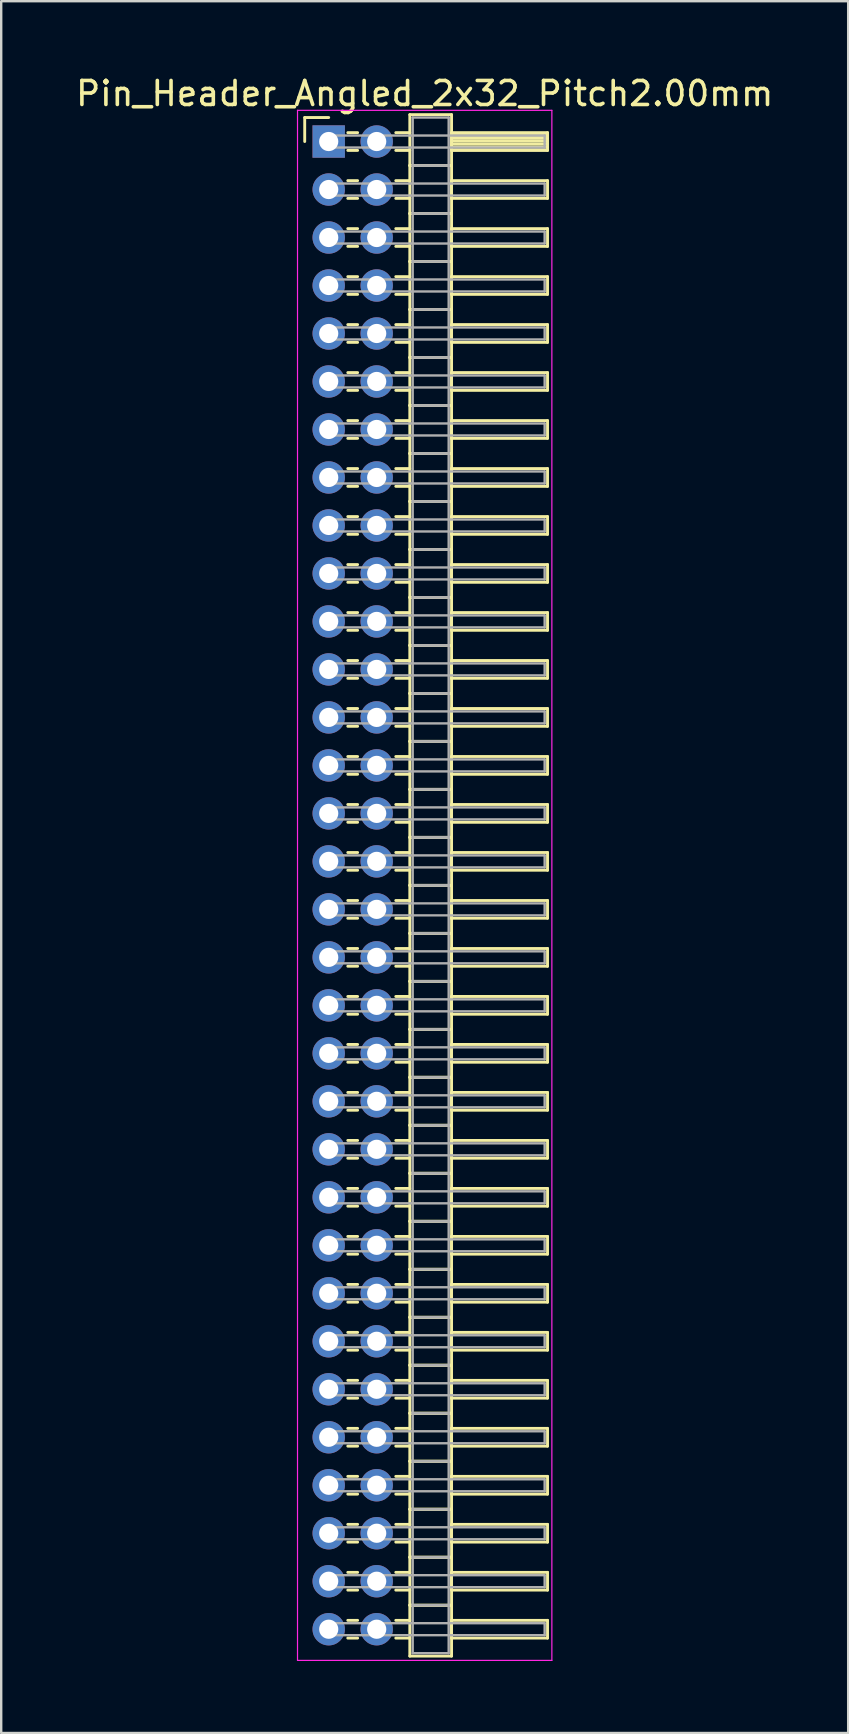
<source format=kicad_pcb>
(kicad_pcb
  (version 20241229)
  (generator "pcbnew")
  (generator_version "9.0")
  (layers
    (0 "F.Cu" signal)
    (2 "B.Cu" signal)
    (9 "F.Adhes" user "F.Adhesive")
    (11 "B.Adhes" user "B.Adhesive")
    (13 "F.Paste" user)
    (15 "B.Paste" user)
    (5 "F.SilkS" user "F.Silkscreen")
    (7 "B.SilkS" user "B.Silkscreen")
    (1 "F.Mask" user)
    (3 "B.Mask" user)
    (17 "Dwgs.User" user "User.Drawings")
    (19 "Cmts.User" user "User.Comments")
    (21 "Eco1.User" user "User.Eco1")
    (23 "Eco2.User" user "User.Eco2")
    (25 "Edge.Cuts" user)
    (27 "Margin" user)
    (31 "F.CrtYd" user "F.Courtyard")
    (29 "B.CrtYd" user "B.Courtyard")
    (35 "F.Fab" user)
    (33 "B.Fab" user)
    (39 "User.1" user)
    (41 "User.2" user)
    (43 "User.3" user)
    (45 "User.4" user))
  (footprint "Pin_Header_Angled_2x32_Pitch2.00mm"
    (layer "F.Cu")
    (at 10.649 2.848)
    (property "Reference" "Pin_Header_Angled_2x32_Pitch2.00mm" (at 4 -2 0) (layer "F.SilkS") (effects (font (size 1 1) (thickness 0.15))))
    (attr through_hole)
    (fp_line (start -1 -1) (end 0 -1) (stroke (width 0.12) (type solid)) (layer "F.SilkS"))
    (fp_line (start -1 0) (end -1 -1) (stroke (width 0.12) (type solid)) (layer "F.SilkS"))
    (fp_line (start 0.795 -0.37) (end 1.205 -0.37) (stroke (width 0.12) (type solid)) (layer "F.SilkS"))
    (fp_line (start 0.795 0.37) (end 1.205 0.37) (stroke (width 0.12) (type solid)) (layer "F.SilkS"))
    (fp_line (start 0.795 1.63) (end 1.205 1.63) (stroke (width 0.12) (type solid)) (layer "F.SilkS"))
    (fp_line (start 0.795 2.37) (end 1.205 2.37) (stroke (width 0.12) (type solid)) (layer "F.SilkS"))
    (fp_line (start 0.795 3.63) (end 1.205 3.63) (stroke (width 0.12) (type solid)) (layer "F.SilkS"))
    (fp_line (start 0.795 4.37) (end 1.205 4.37) (stroke (width 0.12) (type solid)) (layer "F.SilkS"))
    (fp_line (start 0.795 5.63) (end 1.205 5.63) (stroke (width 0.12) (type solid)) (layer "F.SilkS"))
    (fp_line (start 0.795 6.37) (end 1.205 6.37) (stroke (width 0.12) (type solid)) (layer "F.SilkS"))
    (fp_line (start 0.795 7.63) (end 1.205 7.63) (stroke (width 0.12) (type solid)) (layer "F.SilkS"))
    (fp_line (start 0.795 8.37) (end 1.205 8.37) (stroke (width 0.12) (type solid)) (layer "F.SilkS"))
    (fp_line (start 0.795 9.63) (end 1.205 9.63) (stroke (width 0.12) (type solid)) (layer "F.SilkS"))
    (fp_line (start 0.795 10.37) (end 1.205 10.37) (stroke (width 0.12) (type solid)) (layer "F.SilkS"))
    (fp_line (start 0.795 11.63) (end 1.205 11.63) (stroke (width 0.12) (type solid)) (layer "F.SilkS"))
    (fp_line (start 0.795 12.37) (end 1.205 12.37) (stroke (width 0.12) (type solid)) (layer "F.SilkS"))
    (fp_line (start 0.795 13.63) (end 1.205 13.63) (stroke (width 0.12) (type solid)) (layer "F.SilkS"))
    (fp_line (start 0.795 14.37) (end 1.205 14.37) (stroke (width 0.12) (type solid)) (layer "F.SilkS"))
    (fp_line (start 0.795 15.63) (end 1.205 15.63) (stroke (width 0.12) (type solid)) (layer "F.SilkS"))
    (fp_line (start 0.795 16.37) (end 1.205 16.37) (stroke (width 0.12) (type solid)) (layer "F.SilkS"))
    (fp_line (start 0.795 17.63) (end 1.205 17.63) (stroke (width 0.12) (type solid)) (layer "F.SilkS"))
    (fp_line (start 0.795 18.37) (end 1.205 18.37) (stroke (width 0.12) (type solid)) (layer "F.SilkS"))
    (fp_line (start 0.795 19.63) (end 1.205 19.63) (stroke (width 0.12) (type solid)) (layer "F.SilkS"))
    (fp_line (start 0.795 20.37) (end 1.205 20.37) (stroke (width 0.12) (type solid)) (layer "F.SilkS"))
    (fp_line (start 0.795 21.63) (end 1.205 21.63) (stroke (width 0.12) (type solid)) (layer "F.SilkS"))
    (fp_line (start 0.795 22.37) (end 1.205 22.37) (stroke (width 0.12) (type solid)) (layer "F.SilkS"))
    (fp_line (start 0.795 23.63) (end 1.205 23.63) (stroke (width 0.12) (type solid)) (layer "F.SilkS"))
    (fp_line (start 0.795 24.37) (end 1.205 24.37) (stroke (width 0.12) (type solid)) (layer "F.SilkS"))
    (fp_line (start 0.795 25.63) (end 1.205 25.63) (stroke (width 0.12) (type solid)) (layer "F.SilkS"))
    (fp_line (start 0.795 26.37) (end 1.205 26.37) (stroke (width 0.12) (type solid)) (layer "F.SilkS"))
    (fp_line (start 0.795 27.63) (end 1.205 27.63) (stroke (width 0.12) (type solid)) (layer "F.SilkS"))
    (fp_line (start 0.795 28.37) (end 1.205 28.37) (stroke (width 0.12) (type solid)) (layer "F.SilkS"))
    (fp_line (start 0.795 29.63) (end 1.205 29.63) (stroke (width 0.12) (type solid)) (layer "F.SilkS"))
    (fp_line (start 0.795 30.37) (end 1.205 30.37) (stroke (width 0.12) (type solid)) (layer "F.SilkS"))
    (fp_line (start 0.795 31.63) (end 1.205 31.63) (stroke (width 0.12) (type solid)) (layer "F.SilkS"))
    (fp_line (start 0.795 32.37) (end 1.205 32.37) (stroke (width 0.12) (type solid)) (layer "F.SilkS"))
    (fp_line (start 0.795 33.63) (end 1.205 33.63) (stroke (width 0.12) (type solid)) (layer "F.SilkS"))
    (fp_line (start 0.795 34.37) (end 1.205 34.37) (stroke (width 0.12) (type solid)) (layer "F.SilkS"))
    (fp_line (start 0.795 35.63) (end 1.205 35.63) (stroke (width 0.12) (type solid)) (layer "F.SilkS"))
    (fp_line (start 0.795 36.37) (end 1.205 36.37) (stroke (width 0.12) (type solid)) (layer "F.SilkS"))
    (fp_line (start 0.795 37.63) (end 1.205 37.63) (stroke (width 0.12) (type solid)) (layer "F.SilkS"))
    (fp_line (start 0.795 38.37) (end 1.205 38.37) (stroke (width 0.12) (type solid)) (layer "F.SilkS"))
    (fp_line (start 0.795 39.63) (end 1.205 39.63) (stroke (width 0.12) (type solid)) (layer "F.SilkS"))
    (fp_line (start 0.795 40.37) (end 1.205 40.37) (stroke (width 0.12) (type solid)) (layer "F.SilkS"))
    (fp_line (start 0.795 41.63) (end 1.205 41.63) (stroke (width 0.12) (type solid)) (layer "F.SilkS"))
    (fp_line (start 0.795 42.37) (end 1.205 42.37) (stroke (width 0.12) (type solid)) (layer "F.SilkS"))
    (fp_line (start 0.795 43.63) (end 1.205 43.63) (stroke (width 0.12) (type solid)) (layer "F.SilkS"))
    (fp_line (start 0.795 44.37) (end 1.205 44.37) (stroke (width 0.12) (type solid)) (layer "F.SilkS"))
    (fp_line (start 0.795 45.63) (end 1.205 45.63) (stroke (width 0.12) (type solid)) (layer "F.SilkS"))
    (fp_line (start 0.795 46.37) (end 1.205 46.37) (stroke (width 0.12) (type solid)) (layer "F.SilkS"))
    (fp_line (start 0.795 47.63) (end 1.205 47.63) (stroke (width 0.12) (type solid)) (layer "F.SilkS"))
    (fp_line (start 0.795 48.37) (end 1.205 48.37) (stroke (width 0.12) (type solid)) (layer "F.SilkS"))
    (fp_line (start 0.795 49.63) (end 1.205 49.63) (stroke (width 0.12) (type solid)) (layer "F.SilkS"))
    (fp_line (start 0.795 50.37) (end 1.205 50.37) (stroke (width 0.12) (type solid)) (layer "F.SilkS"))
    (fp_line (start 0.795 51.63) (end 1.205 51.63) (stroke (width 0.12) (type solid)) (layer "F.SilkS"))
    (fp_line (start 0.795 52.37) (end 1.205 52.37) (stroke (width 0.12) (type solid)) (layer "F.SilkS"))
    (fp_line (start 0.795 53.63) (end 1.205 53.63) (stroke (width 0.12) (type solid)) (layer "F.SilkS"))
    (fp_line (start 0.795 54.37) (end 1.205 54.37) (stroke (width 0.12) (type solid)) (layer "F.SilkS"))
    (fp_line (start 0.795 55.63) (end 1.205 55.63) (stroke (width 0.12) (type solid)) (layer "F.SilkS"))
    (fp_line (start 0.795 56.37) (end 1.205 56.37) (stroke (width 0.12) (type solid)) (layer "F.SilkS"))
    (fp_line (start 0.795 57.63) (end 1.205 57.63) (stroke (width 0.12) (type solid)) (layer "F.SilkS"))
    (fp_line (start 0.795 58.37) (end 1.205 58.37) (stroke (width 0.12) (type solid)) (layer "F.SilkS"))
    (fp_line (start 0.795 59.63) (end 1.205 59.63) (stroke (width 0.12) (type solid)) (layer "F.SilkS"))
    (fp_line (start 0.795 60.37) (end 1.205 60.37) (stroke (width 0.12) (type solid)) (layer "F.SilkS"))
    (fp_line (start 0.795 61.63) (end 1.205 61.63) (stroke (width 0.12) (type solid)) (layer "F.SilkS"))
    (fp_line (start 0.795 62.37) (end 1.205 62.37) (stroke (width 0.12) (type solid)) (layer "F.SilkS"))
    (fp_line (start 2.795 -0.37) (end 3.38 -0.37) (stroke (width 0.12) (type solid)) (layer "F.SilkS"))
    (fp_line (start 2.795 0.37) (end 3.38 0.37) (stroke (width 0.12) (type solid)) (layer "F.SilkS"))
    (fp_line (start 2.795 1.63) (end 3.38 1.63) (stroke (width 0.12) (type solid)) (layer "F.SilkS"))
    (fp_line (start 2.795 2.37) (end 3.38 2.37) (stroke (width 0.12) (type solid)) (layer "F.SilkS"))
    (fp_line (start 2.795 3.63) (end 3.38 3.63) (stroke (width 0.12) (type solid)) (layer "F.SilkS"))
    (fp_line (start 2.795 4.37) (end 3.38 4.37) (stroke (width 0.12) (type solid)) (layer "F.SilkS"))
    (fp_line (start 2.795 5.63) (end 3.38 5.63) (stroke (width 0.12) (type solid)) (layer "F.SilkS"))
    (fp_line (start 2.795 6.37) (end 3.38 6.37) (stroke (width 0.12) (type solid)) (layer "F.SilkS"))
    (fp_line (start 2.795 7.63) (end 3.38 7.63) (stroke (width 0.12) (type solid)) (layer "F.SilkS"))
    (fp_line (start 2.795 8.37) (end 3.38 8.37) (stroke (width 0.12) (type solid)) (layer "F.SilkS"))
    (fp_line (start 2.795 9.63) (end 3.38 9.63) (stroke (width 0.12) (type solid)) (layer "F.SilkS"))
    (fp_line (start 2.795 10.37) (end 3.38 10.37) (stroke (width 0.12) (type solid)) (layer "F.SilkS"))
    (fp_line (start 2.795 11.63) (end 3.38 11.63) (stroke (width 0.12) (type solid)) (layer "F.SilkS"))
    (fp_line (start 2.795 12.37) (end 3.38 12.37) (stroke (width 0.12) (type solid)) (layer "F.SilkS"))
    (fp_line (start 2.795 13.63) (end 3.38 13.63) (stroke (width 0.12) (type solid)) (layer "F.SilkS"))
    (fp_line (start 2.795 14.37) (end 3.38 14.37) (stroke (width 0.12) (type solid)) (layer "F.SilkS"))
    (fp_line (start 2.795 15.63) (end 3.38 15.63) (stroke (width 0.12) (type solid)) (layer "F.SilkS"))
    (fp_line (start 2.795 16.37) (end 3.38 16.37) (stroke (width 0.12) (type solid)) (layer "F.SilkS"))
    (fp_line (start 2.795 17.63) (end 3.38 17.63) (stroke (width 0.12) (type solid)) (layer "F.SilkS"))
    (fp_line (start 2.795 18.37) (end 3.38 18.37) (stroke (width 0.12) (type solid)) (layer "F.SilkS"))
    (fp_line (start 2.795 19.63) (end 3.38 19.63) (stroke (width 0.12) (type solid)) (layer "F.SilkS"))
    (fp_line (start 2.795 20.37) (end 3.38 20.37) (stroke (width 0.12) (type solid)) (layer "F.SilkS"))
    (fp_line (start 2.795 21.63) (end 3.38 21.63) (stroke (width 0.12) (type solid)) (layer "F.SilkS"))
    (fp_line (start 2.795 22.37) (end 3.38 22.37) (stroke (width 0.12) (type solid)) (layer "F.SilkS"))
    (fp_line (start 2.795 23.63) (end 3.38 23.63) (stroke (width 0.12) (type solid)) (layer "F.SilkS"))
    (fp_line (start 2.795 24.37) (end 3.38 24.37) (stroke (width 0.12) (type solid)) (layer "F.SilkS"))
    (fp_line (start 2.795 25.63) (end 3.38 25.63) (stroke (width 0.12) (type solid)) (layer "F.SilkS"))
    (fp_line (start 2.795 26.37) (end 3.38 26.37) (stroke (width 0.12) (type solid)) (layer "F.SilkS"))
    (fp_line (start 2.795 27.63) (end 3.38 27.63) (stroke (width 0.12) (type solid)) (layer "F.SilkS"))
    (fp_line (start 2.795 28.37) (end 3.38 28.37) (stroke (width 0.12) (type solid)) (layer "F.SilkS"))
    (fp_line (start 2.795 29.63) (end 3.38 29.63) (stroke (width 0.12) (type solid)) (layer "F.SilkS"))
    (fp_line (start 2.795 30.37) (end 3.38 30.37) (stroke (width 0.12) (type solid)) (layer "F.SilkS"))
    (fp_line (start 2.795 31.63) (end 3.38 31.63) (stroke (width 0.12) (type solid)) (layer "F.SilkS"))
    (fp_line (start 2.795 32.37) (end 3.38 32.37) (stroke (width 0.12) (type solid)) (layer "F.SilkS"))
    (fp_line (start 2.795 33.63) (end 3.38 33.63) (stroke (width 0.12) (type solid)) (layer "F.SilkS"))
    (fp_line (start 2.795 34.37) (end 3.38 34.37) (stroke (width 0.12) (type solid)) (layer "F.SilkS"))
    (fp_line (start 2.795 35.63) (end 3.38 35.63) (stroke (width 0.12) (type solid)) (layer "F.SilkS"))
    (fp_line (start 2.795 36.37) (end 3.38 36.37) (stroke (width 0.12) (type solid)) (layer "F.SilkS"))
    (fp_line (start 2.795 37.63) (end 3.38 37.63) (stroke (width 0.12) (type solid)) (layer "F.SilkS"))
    (fp_line (start 2.795 38.37) (end 3.38 38.37) (stroke (width 0.12) (type solid)) (layer "F.SilkS"))
    (fp_line (start 2.795 39.63) (end 3.38 39.63) (stroke (width 0.12) (type solid)) (layer "F.SilkS"))
    (fp_line (start 2.795 40.37) (end 3.38 40.37) (stroke (width 0.12) (type solid)) (layer "F.SilkS"))
    (fp_line (start 2.795 41.63) (end 3.38 41.63) (stroke (width 0.12) (type solid)) (layer "F.SilkS"))
    (fp_line (start 2.795 42.37) (end 3.38 42.37) (stroke (width 0.12) (type solid)) (layer "F.SilkS"))
    (fp_line (start 2.795 43.63) (end 3.38 43.63) (stroke (width 0.12) (type solid)) (layer "F.SilkS"))
    (fp_line (start 2.795 44.37) (end 3.38 44.37) (stroke (width 0.12) (type solid)) (layer "F.SilkS"))
    (fp_line (start 2.795 45.63) (end 3.38 45.63) (stroke (width 0.12) (type solid)) (layer "F.SilkS"))
    (fp_line (start 2.795 46.37) (end 3.38 46.37) (stroke (width 0.12) (type solid)) (layer "F.SilkS"))
    (fp_line (start 2.795 47.63) (end 3.38 47.63) (stroke (width 0.12) (type solid)) (layer "F.SilkS"))
    (fp_line (start 2.795 48.37) (end 3.38 48.37) (stroke (width 0.12) (type solid)) (layer "F.SilkS"))
    (fp_line (start 2.795 49.63) (end 3.38 49.63) (stroke (width 0.12) (type solid)) (layer "F.SilkS"))
    (fp_line (start 2.795 50.37) (end 3.38 50.37) (stroke (width 0.12) (type solid)) (layer "F.SilkS"))
    (fp_line (start 2.795 51.63) (end 3.38 51.63) (stroke (width 0.12) (type solid)) (layer "F.SilkS"))
    (fp_line (start 2.795 52.37) (end 3.38 52.37) (stroke (width 0.12) (type solid)) (layer "F.SilkS"))
    (fp_line (start 2.795 53.63) (end 3.38 53.63) (stroke (width 0.12) (type solid)) (layer "F.SilkS"))
    (fp_line (start 2.795 54.37) (end 3.38 54.37) (stroke (width 0.12) (type solid)) (layer "F.SilkS"))
    (fp_line (start 2.795 55.63) (end 3.38 55.63) (stroke (width 0.12) (type solid)) (layer "F.SilkS"))
    (fp_line (start 2.795 56.37) (end 3.38 56.37) (stroke (width 0.12) (type solid)) (layer "F.SilkS"))
    (fp_line (start 2.795 57.63) (end 3.38 57.63) (stroke (width 0.12) (type solid)) (layer "F.SilkS"))
    (fp_line (start 2.795 58.37) (end 3.38 58.37) (stroke (width 0.12) (type solid)) (layer "F.SilkS"))
    (fp_line (start 2.795 59.63) (end 3.38 59.63) (stroke (width 0.12) (type solid)) (layer "F.SilkS"))
    (fp_line (start 2.795 60.37) (end 3.38 60.37) (stroke (width 0.12) (type solid)) (layer "F.SilkS"))
    (fp_line (start 2.795 61.63) (end 3.38 61.63) (stroke (width 0.12) (type solid)) (layer "F.SilkS"))
    (fp_line (start 2.795 62.37) (end 3.38 62.37) (stroke (width 0.12) (type solid)) (layer "F.SilkS"))
    (fp_line (start 3.38 -1.12) (end 3.38 1) (stroke (width 0.12) (type solid)) (layer "F.SilkS"))
    (fp_line (start 3.38 1) (end 3.38 3) (stroke (width 0.12) (type solid)) (layer "F.SilkS"))
    (fp_line (start 3.38 1) (end 5.12 1) (stroke (width 0.12) (type solid)) (layer "F.SilkS"))
    (fp_line (start 3.38 3) (end 3.38 5) (stroke (width 0.12) (type solid)) (layer "F.SilkS"))
    (fp_line (start 3.38 3) (end 5.12 3) (stroke (width 0.12) (type solid)) (layer "F.SilkS"))
    (fp_line (start 3.38 5) (end 3.38 7) (stroke (width 0.12) (type solid)) (layer "F.SilkS"))
    (fp_line (start 3.38 5) (end 5.12 5) (stroke (width 0.12) (type solid)) (layer "F.SilkS"))
    (fp_line (start 3.38 7) (end 3.38 9) (stroke (width 0.12) (type solid)) (layer "F.SilkS"))
    (fp_line (start 3.38 7) (end 5.12 7) (stroke (width 0.12) (type solid)) (layer "F.SilkS"))
    (fp_line (start 3.38 9) (end 3.38 11) (stroke (width 0.12) (type solid)) (layer "F.SilkS"))
    (fp_line (start 3.38 9) (end 5.12 9) (stroke (width 0.12) (type solid)) (layer "F.SilkS"))
    (fp_line (start 3.38 11) (end 3.38 13) (stroke (width 0.12) (type solid)) (layer "F.SilkS"))
    (fp_line (start 3.38 11) (end 5.12 11) (stroke (width 0.12) (type solid)) (layer "F.SilkS"))
    (fp_line (start 3.38 13) (end 3.38 15) (stroke (width 0.12) (type solid)) (layer "F.SilkS"))
    (fp_line (start 3.38 13) (end 5.12 13) (stroke (width 0.12) (type solid)) (layer "F.SilkS"))
    (fp_line (start 3.38 15) (end 3.38 17) (stroke (width 0.12) (type solid)) (layer "F.SilkS"))
    (fp_line (start 3.38 15) (end 5.12 15) (stroke (width 0.12) (type solid)) (layer "F.SilkS"))
    (fp_line (start 3.38 17) (end 3.38 19) (stroke (width 0.12) (type solid)) (layer "F.SilkS"))
    (fp_line (start 3.38 17) (end 5.12 17) (stroke (width 0.12) (type solid)) (layer "F.SilkS"))
    (fp_line (start 3.38 19) (end 3.38 21) (stroke (width 0.12) (type solid)) (layer "F.SilkS"))
    (fp_line (start 3.38 19) (end 5.12 19) (stroke (width 0.12) (type solid)) (layer "F.SilkS"))
    (fp_line (start 3.38 21) (end 3.38 23) (stroke (width 0.12) (type solid)) (layer "F.SilkS"))
    (fp_line (start 3.38 21) (end 5.12 21) (stroke (width 0.12) (type solid)) (layer "F.SilkS"))
    (fp_line (start 3.38 23) (end 3.38 25) (stroke (width 0.12) (type solid)) (layer "F.SilkS"))
    (fp_line (start 3.38 23) (end 5.12 23) (stroke (width 0.12) (type solid)) (layer "F.SilkS"))
    (fp_line (start 3.38 25) (end 3.38 27) (stroke (width 0.12) (type solid)) (layer "F.SilkS"))
    (fp_line (start 3.38 25) (end 5.12 25) (stroke (width 0.12) (type solid)) (layer "F.SilkS"))
    (fp_line (start 3.38 27) (end 3.38 29) (stroke (width 0.12) (type solid)) (layer "F.SilkS"))
    (fp_line (start 3.38 27) (end 5.12 27) (stroke (width 0.12) (type solid)) (layer "F.SilkS"))
    (fp_line (start 3.38 29) (end 3.38 31) (stroke (width 0.12) (type solid)) (layer "F.SilkS"))
    (fp_line (start 3.38 29) (end 5.12 29) (stroke (width 0.12) (type solid)) (layer "F.SilkS"))
    (fp_line (start 3.38 31) (end 3.38 33) (stroke (width 0.12) (type solid)) (layer "F.SilkS"))
    (fp_line (start 3.38 31) (end 5.12 31) (stroke (width 0.12) (type solid)) (layer "F.SilkS"))
    (fp_line (start 3.38 33) (end 3.38 35) (stroke (width 0.12) (type solid)) (layer "F.SilkS"))
    (fp_line (start 3.38 33) (end 5.12 33) (stroke (width 0.12) (type solid)) (layer "F.SilkS"))
    (fp_line (start 3.38 35) (end 3.38 37) (stroke (width 0.12) (type solid)) (layer "F.SilkS"))
    (fp_line (start 3.38 35) (end 5.12 35) (stroke (width 0.12) (type solid)) (layer "F.SilkS"))
    (fp_line (start 3.38 37) (end 3.38 39) (stroke (width 0.12) (type solid)) (layer "F.SilkS"))
    (fp_line (start 3.38 37) (end 5.12 37) (stroke (width 0.12) (type solid)) (layer "F.SilkS"))
    (fp_line (start 3.38 39) (end 3.38 41) (stroke (width 0.12) (type solid)) (layer "F.SilkS"))
    (fp_line (start 3.38 39) (end 5.12 39) (stroke (width 0.12) (type solid)) (layer "F.SilkS"))
    (fp_line (start 3.38 41) (end 3.38 43) (stroke (width 0.12) (type solid)) (layer "F.SilkS"))
    (fp_line (start 3.38 41) (end 5.12 41) (stroke (width 0.12) (type solid)) (layer "F.SilkS"))
    (fp_line (start 3.38 43) (end 3.38 45) (stroke (width 0.12) (type solid)) (layer "F.SilkS"))
    (fp_line (start 3.38 43) (end 5.12 43) (stroke (width 0.12) (type solid)) (layer "F.SilkS"))
    (fp_line (start 3.38 45) (end 3.38 47) (stroke (width 0.12) (type solid)) (layer "F.SilkS"))
    (fp_line (start 3.38 45) (end 5.12 45) (stroke (width 0.12) (type solid)) (layer "F.SilkS"))
    (fp_line (start 3.38 47) (end 3.38 49) (stroke (width 0.12) (type solid)) (layer "F.SilkS"))
    (fp_line (start 3.38 47) (end 5.12 47) (stroke (width 0.12) (type solid)) (layer "F.SilkS"))
    (fp_line (start 3.38 49) (end 3.38 51) (stroke (width 0.12) (type solid)) (layer "F.SilkS"))
    (fp_line (start 3.38 49) (end 5.12 49) (stroke (width 0.12) (type solid)) (layer "F.SilkS"))
    (fp_line (start 3.38 51) (end 3.38 53) (stroke (width 0.12) (type solid)) (layer "F.SilkS"))
    (fp_line (start 3.38 51) (end 5.12 51) (stroke (width 0.12) (type solid)) (layer "F.SilkS"))
    (fp_line (start 3.38 53) (end 3.38 55) (stroke (width 0.12) (type solid)) (layer "F.SilkS"))
    (fp_line (start 3.38 53) (end 5.12 53) (stroke (width 0.12) (type solid)) (layer "F.SilkS"))
    (fp_line (start 3.38 55) (end 3.38 57) (stroke (width 0.12) (type solid)) (layer "F.SilkS"))
    (fp_line (start 3.38 55) (end 5.12 55) (stroke (width 0.12) (type solid)) (layer "F.SilkS"))
    (fp_line (start 3.38 57) (end 3.38 59) (stroke (width 0.12) (type solid)) (layer "F.SilkS"))
    (fp_line (start 3.38 57) (end 5.12 57) (stroke (width 0.12) (type solid)) (layer "F.SilkS"))
    (fp_line (start 3.38 59) (end 3.38 61) (stroke (width 0.12) (type solid)) (layer "F.SilkS"))
    (fp_line (start 3.38 59) (end 5.12 59) (stroke (width 0.12) (type solid)) (layer "F.SilkS"))
    (fp_line (start 3.38 61) (end 3.38 63.12) (stroke (width 0.12) (type solid)) (layer "F.SilkS"))
    (fp_line (start 3.38 61) (end 5.12 61) (stroke (width 0.12) (type solid)) (layer "F.SilkS"))
    (fp_line (start 3.38 63.12) (end 5.12 63.12) (stroke (width 0.12) (type solid)) (layer "F.SilkS"))
    (fp_line (start 5.12 -1.12) (end 3.38 -1.12) (stroke (width 0.12) (type solid)) (layer "F.SilkS"))
    (fp_line (start 5.12 -0.37) (end 5.12 0.37) (stroke (width 0.12) (type solid)) (layer "F.SilkS"))
    (fp_line (start 5.12 -0.25) (end 9.12 -0.25) (stroke (width 0.12) (type solid)) (layer "F.SilkS"))
    (fp_line (start 5.12 -0.13) (end 9.12 -0.13) (stroke (width 0.12) (type solid)) (layer "F.SilkS"))
    (fp_line (start 5.12 -0.01) (end 9.12 -0.01) (stroke (width 0.12) (type solid)) (layer "F.SilkS"))
    (fp_line (start 5.12 0.11) (end 9.12 0.11) (stroke (width 0.12) (type solid)) (layer "F.SilkS"))
    (fp_line (start 5.12 0.23) (end 9.12 0.23) (stroke (width 0.12) (type solid)) (layer "F.SilkS"))
    (fp_line (start 5.12 0.35) (end 9.12 0.35) (stroke (width 0.12) (type solid)) (layer "F.SilkS"))
    (fp_line (start 5.12 0.37) (end 9.12 0.37) (stroke (width 0.12) (type solid)) (layer "F.SilkS"))
    (fp_line (start 5.12 1) (end 3.38 1) (stroke (width 0.12) (type solid)) (layer "F.SilkS"))
    (fp_line (start 5.12 1) (end 5.12 -1.12) (stroke (width 0.12) (type solid)) (layer "F.SilkS"))
    (fp_line (start 5.12 1.63) (end 5.12 2.37) (stroke (width 0.12) (type solid)) (layer "F.SilkS"))
    (fp_line (start 5.12 2.37) (end 9.12 2.37) (stroke (width 0.12) (type solid)) (layer "F.SilkS"))
    (fp_line (start 5.12 3) (end 3.38 3) (stroke (width 0.12) (type solid)) (layer "F.SilkS"))
    (fp_line (start 5.12 3) (end 5.12 1) (stroke (width 0.12) (type solid)) (layer "F.SilkS"))
    (fp_line (start 5.12 3.63) (end 5.12 4.37) (stroke (width 0.12) (type solid)) (layer "F.SilkS"))
    (fp_line (start 5.12 4.37) (end 9.12 4.37) (stroke (width 0.12) (type solid)) (layer "F.SilkS"))
    (fp_line (start 5.12 5) (end 3.38 5) (stroke (width 0.12) (type solid)) (layer "F.SilkS"))
    (fp_line (start 5.12 5) (end 5.12 3) (stroke (width 0.12) (type solid)) (layer "F.SilkS"))
    (fp_line (start 5.12 5.63) (end 5.12 6.37) (stroke (width 0.12) (type solid)) (layer "F.SilkS"))
    (fp_line (start 5.12 6.37) (end 9.12 6.37) (stroke (width 0.12) (type solid)) (layer "F.SilkS"))
    (fp_line (start 5.12 7) (end 3.38 7) (stroke (width 0.12) (type solid)) (layer "F.SilkS"))
    (fp_line (start 5.12 7) (end 5.12 5) (stroke (width 0.12) (type solid)) (layer "F.SilkS"))
    (fp_line (start 5.12 7.63) (end 5.12 8.37) (stroke (width 0.12) (type solid)) (layer "F.SilkS"))
    (fp_line (start 5.12 8.37) (end 9.12 8.37) (stroke (width 0.12) (type solid)) (layer "F.SilkS"))
    (fp_line (start 5.12 9) (end 3.38 9) (stroke (width 0.12) (type solid)) (layer "F.SilkS"))
    (fp_line (start 5.12 9) (end 5.12 7) (stroke (width 0.12) (type solid)) (layer "F.SilkS"))
    (fp_line (start 5.12 9.63) (end 5.12 10.37) (stroke (width 0.12) (type solid)) (layer "F.SilkS"))
    (fp_line (start 5.12 10.37) (end 9.12 10.37) (stroke (width 0.12) (type solid)) (layer "F.SilkS"))
    (fp_line (start 5.12 11) (end 3.38 11) (stroke (width 0.12) (type solid)) (layer "F.SilkS"))
    (fp_line (start 5.12 11) (end 5.12 9) (stroke (width 0.12) (type solid)) (layer "F.SilkS"))
    (fp_line (start 5.12 11.63) (end 5.12 12.37) (stroke (width 0.12) (type solid)) (layer "F.SilkS"))
    (fp_line (start 5.12 12.37) (end 9.12 12.37) (stroke (width 0.12) (type solid)) (layer "F.SilkS"))
    (fp_line (start 5.12 13) (end 3.38 13) (stroke (width 0.12) (type solid)) (layer "F.SilkS"))
    (fp_line (start 5.12 13) (end 5.12 11) (stroke (width 0.12) (type solid)) (layer "F.SilkS"))
    (fp_line (start 5.12 13.63) (end 5.12 14.37) (stroke (width 0.12) (type solid)) (layer "F.SilkS"))
    (fp_line (start 5.12 14.37) (end 9.12 14.37) (stroke (width 0.12) (type solid)) (layer "F.SilkS"))
    (fp_line (start 5.12 15) (end 3.38 15) (stroke (width 0.12) (type solid)) (layer "F.SilkS"))
    (fp_line (start 5.12 15) (end 5.12 13) (stroke (width 0.12) (type solid)) (layer "F.SilkS"))
    (fp_line (start 5.12 15.63) (end 5.12 16.37) (stroke (width 0.12) (type solid)) (layer "F.SilkS"))
    (fp_line (start 5.12 16.37) (end 9.12 16.37) (stroke (width 0.12) (type solid)) (layer "F.SilkS"))
    (fp_line (start 5.12 17) (end 3.38 17) (stroke (width 0.12) (type solid)) (layer "F.SilkS"))
    (fp_line (start 5.12 17) (end 5.12 15) (stroke (width 0.12) (type solid)) (layer "F.SilkS"))
    (fp_line (start 5.12 17.63) (end 5.12 18.37) (stroke (width 0.12) (type solid)) (layer "F.SilkS"))
    (fp_line (start 5.12 18.37) (end 9.12 18.37) (stroke (width 0.12) (type solid)) (layer "F.SilkS"))
    (fp_line (start 5.12 19) (end 3.38 19) (stroke (width 0.12) (type solid)) (layer "F.SilkS"))
    (fp_line (start 5.12 19) (end 5.12 17) (stroke (width 0.12) (type solid)) (layer "F.SilkS"))
    (fp_line (start 5.12 19.63) (end 5.12 20.37) (stroke (width 0.12) (type solid)) (layer "F.SilkS"))
    (fp_line (start 5.12 20.37) (end 9.12 20.37) (stroke (width 0.12) (type solid)) (layer "F.SilkS"))
    (fp_line (start 5.12 21) (end 3.38 21) (stroke (width 0.12) (type solid)) (layer "F.SilkS"))
    (fp_line (start 5.12 21) (end 5.12 19) (stroke (width 0.12) (type solid)) (layer "F.SilkS"))
    (fp_line (start 5.12 21.63) (end 5.12 22.37) (stroke (width 0.12) (type solid)) (layer "F.SilkS"))
    (fp_line (start 5.12 22.37) (end 9.12 22.37) (stroke (width 0.12) (type solid)) (layer "F.SilkS"))
    (fp_line (start 5.12 23) (end 3.38 23) (stroke (width 0.12) (type solid)) (layer "F.SilkS"))
    (fp_line (start 5.12 23) (end 5.12 21) (stroke (width 0.12) (type solid)) (layer "F.SilkS"))
    (fp_line (start 5.12 23.63) (end 5.12 24.37) (stroke (width 0.12) (type solid)) (layer "F.SilkS"))
    (fp_line (start 5.12 24.37) (end 9.12 24.37) (stroke (width 0.12) (type solid)) (layer "F.SilkS"))
    (fp_line (start 5.12 25) (end 3.38 25) (stroke (width 0.12) (type solid)) (layer "F.SilkS"))
    (fp_line (start 5.12 25) (end 5.12 23) (stroke (width 0.12) (type solid)) (layer "F.SilkS"))
    (fp_line (start 5.12 25.63) (end 5.12 26.37) (stroke (width 0.12) (type solid)) (layer "F.SilkS"))
    (fp_line (start 5.12 26.37) (end 9.12 26.37) (stroke (width 0.12) (type solid)) (layer "F.SilkS"))
    (fp_line (start 5.12 27) (end 3.38 27) (stroke (width 0.12) (type solid)) (layer "F.SilkS"))
    (fp_line (start 5.12 27) (end 5.12 25) (stroke (width 0.12) (type solid)) (layer "F.SilkS"))
    (fp_line (start 5.12 27.63) (end 5.12 28.37) (stroke (width 0.12) (type solid)) (layer "F.SilkS"))
    (fp_line (start 5.12 28.37) (end 9.12 28.37) (stroke (width 0.12) (type solid)) (layer "F.SilkS"))
    (fp_line (start 5.12 29) (end 3.38 29) (stroke (width 0.12) (type solid)) (layer "F.SilkS"))
    (fp_line (start 5.12 29) (end 5.12 27) (stroke (width 0.12) (type solid)) (layer "F.SilkS"))
    (fp_line (start 5.12 29.63) (end 5.12 30.37) (stroke (width 0.12) (type solid)) (layer "F.SilkS"))
    (fp_line (start 5.12 30.37) (end 9.12 30.37) (stroke (width 0.12) (type solid)) (layer "F.SilkS"))
    (fp_line (start 5.12 31) (end 3.38 31) (stroke (width 0.12) (type solid)) (layer "F.SilkS"))
    (fp_line (start 5.12 31) (end 5.12 29) (stroke (width 0.12) (type solid)) (layer "F.SilkS"))
    (fp_line (start 5.12 31.63) (end 5.12 32.37) (stroke (width 0.12) (type solid)) (layer "F.SilkS"))
    (fp_line (start 5.12 32.37) (end 9.12 32.37) (stroke (width 0.12) (type solid)) (layer "F.SilkS"))
    (fp_line (start 5.12 33) (end 3.38 33) (stroke (width 0.12) (type solid)) (layer "F.SilkS"))
    (fp_line (start 5.12 33) (end 5.12 31) (stroke (width 0.12) (type solid)) (layer "F.SilkS"))
    (fp_line (start 5.12 33.63) (end 5.12 34.37) (stroke (width 0.12) (type solid)) (layer "F.SilkS"))
    (fp_line (start 5.12 34.37) (end 9.12 34.37) (stroke (width 0.12) (type solid)) (layer "F.SilkS"))
    (fp_line (start 5.12 35) (end 3.38 35) (stroke (width 0.12) (type solid)) (layer "F.SilkS"))
    (fp_line (start 5.12 35) (end 5.12 33) (stroke (width 0.12) (type solid)) (layer "F.SilkS"))
    (fp_line (start 5.12 35.63) (end 5.12 36.37) (stroke (width 0.12) (type solid)) (layer "F.SilkS"))
    (fp_line (start 5.12 36.37) (end 9.12 36.37) (stroke (width 0.12) (type solid)) (layer "F.SilkS"))
    (fp_line (start 5.12 37) (end 3.38 37) (stroke (width 0.12) (type solid)) (layer "F.SilkS"))
    (fp_line (start 5.12 37) (end 5.12 35) (stroke (width 0.12) (type solid)) (layer "F.SilkS"))
    (fp_line (start 5.12 37.63) (end 5.12 38.37) (stroke (width 0.12) (type solid)) (layer "F.SilkS"))
    (fp_line (start 5.12 38.37) (end 9.12 38.37) (stroke (width 0.12) (type solid)) (layer "F.SilkS"))
    (fp_line (start 5.12 39) (end 3.38 39) (stroke (width 0.12) (type solid)) (layer "F.SilkS"))
    (fp_line (start 5.12 39) (end 5.12 37) (stroke (width 0.12) (type solid)) (layer "F.SilkS"))
    (fp_line (start 5.12 39.63) (end 5.12 40.37) (stroke (width 0.12) (type solid)) (layer "F.SilkS"))
    (fp_line (start 5.12 40.37) (end 9.12 40.37) (stroke (width 0.12) (type solid)) (layer "F.SilkS"))
    (fp_line (start 5.12 41) (end 3.38 41) (stroke (width 0.12) (type solid)) (layer "F.SilkS"))
    (fp_line (start 5.12 41) (end 5.12 39) (stroke (width 0.12) (type solid)) (layer "F.SilkS"))
    (fp_line (start 5.12 41.63) (end 5.12 42.37) (stroke (width 0.12) (type solid)) (layer "F.SilkS"))
    (fp_line (start 5.12 42.37) (end 9.12 42.37) (stroke (width 0.12) (type solid)) (layer "F.SilkS"))
    (fp_line (start 5.12 43) (end 3.38 43) (stroke (width 0.12) (type solid)) (layer "F.SilkS"))
    (fp_line (start 5.12 43) (end 5.12 41) (stroke (width 0.12) (type solid)) (layer "F.SilkS"))
    (fp_line (start 5.12 43.63) (end 5.12 44.37) (stroke (width 0.12) (type solid)) (layer "F.SilkS"))
    (fp_line (start 5.12 44.37) (end 9.12 44.37) (stroke (width 0.12) (type solid)) (layer "F.SilkS"))
    (fp_line (start 5.12 45) (end 3.38 45) (stroke (width 0.12) (type solid)) (layer "F.SilkS"))
    (fp_line (start 5.12 45) (end 5.12 43) (stroke (width 0.12) (type solid)) (layer "F.SilkS"))
    (fp_line (start 5.12 45.63) (end 5.12 46.37) (stroke (width 0.12) (type solid)) (layer "F.SilkS"))
    (fp_line (start 5.12 46.37) (end 9.12 46.37) (stroke (width 0.12) (type solid)) (layer "F.SilkS"))
    (fp_line (start 5.12 47) (end 3.38 47) (stroke (width 0.12) (type solid)) (layer "F.SilkS"))
    (fp_line (start 5.12 47) (end 5.12 45) (stroke (width 0.12) (type solid)) (layer "F.SilkS"))
    (fp_line (start 5.12 47.63) (end 5.12 48.37) (stroke (width 0.12) (type solid)) (layer "F.SilkS"))
    (fp_line (start 5.12 48.37) (end 9.12 48.37) (stroke (width 0.12) (type solid)) (layer "F.SilkS"))
    (fp_line (start 5.12 49) (end 3.38 49) (stroke (width 0.12) (type solid)) (layer "F.SilkS"))
    (fp_line (start 5.12 49) (end 5.12 47) (stroke (width 0.12) (type solid)) (layer "F.SilkS"))
    (fp_line (start 5.12 49.63) (end 5.12 50.37) (stroke (width 0.12) (type solid)) (layer "F.SilkS"))
    (fp_line (start 5.12 50.37) (end 9.12 50.37) (stroke (width 0.12) (type solid)) (layer "F.SilkS"))
    (fp_line (start 5.12 51) (end 3.38 51) (stroke (width 0.12) (type solid)) (layer "F.SilkS"))
    (fp_line (start 5.12 51) (end 5.12 49) (stroke (width 0.12) (type solid)) (layer "F.SilkS"))
    (fp_line (start 5.12 51.63) (end 5.12 52.37) (stroke (width 0.12) (type solid)) (layer "F.SilkS"))
    (fp_line (start 5.12 52.37) (end 9.12 52.37) (stroke (width 0.12) (type solid)) (layer "F.SilkS"))
    (fp_line (start 5.12 53) (end 3.38 53) (stroke (width 0.12) (type solid)) (layer "F.SilkS"))
    (fp_line (start 5.12 53) (end 5.12 51) (stroke (width 0.12) (type solid)) (layer "F.SilkS"))
    (fp_line (start 5.12 53.63) (end 5.12 54.37) (stroke (width 0.12) (type solid)) (layer "F.SilkS"))
    (fp_line (start 5.12 54.37) (end 9.12 54.37) (stroke (width 0.12) (type solid)) (layer "F.SilkS"))
    (fp_line (start 5.12 55) (end 3.38 55) (stroke (width 0.12) (type solid)) (layer "F.SilkS"))
    (fp_line (start 5.12 55) (end 5.12 53) (stroke (width 0.12) (type solid)) (layer "F.SilkS"))
    (fp_line (start 5.12 55.63) (end 5.12 56.37) (stroke (width 0.12) (type solid)) (layer "F.SilkS"))
    (fp_line (start 5.12 56.37) (end 9.12 56.37) (stroke (width 0.12) (type solid)) (layer "F.SilkS"))
    (fp_line (start 5.12 57) (end 3.38 57) (stroke (width 0.12) (type solid)) (layer "F.SilkS"))
    (fp_line (start 5.12 57) (end 5.12 55) (stroke (width 0.12) (type solid)) (layer "F.SilkS"))
    (fp_line (start 5.12 57.63) (end 5.12 58.37) (stroke (width 0.12) (type solid)) (layer "F.SilkS"))
    (fp_line (start 5.12 58.37) (end 9.12 58.37) (stroke (width 0.12) (type solid)) (layer "F.SilkS"))
    (fp_line (start 5.12 59) (end 3.38 59) (stroke (width 0.12) (type solid)) (layer "F.SilkS"))
    (fp_line (start 5.12 59) (end 5.12 57) (stroke (width 0.12) (type solid)) (layer "F.SilkS"))
    (fp_line (start 5.12 59.63) (end 5.12 60.37) (stroke (width 0.12) (type solid)) (layer "F.SilkS"))
    (fp_line (start 5.12 60.37) (end 9.12 60.37) (stroke (width 0.12) (type solid)) (layer "F.SilkS"))
    (fp_line (start 5.12 61) (end 3.38 61) (stroke (width 0.12) (type solid)) (layer "F.SilkS"))
    (fp_line (start 5.12 61) (end 5.12 59) (stroke (width 0.12) (type solid)) (layer "F.SilkS"))
    (fp_line (start 5.12 61.63) (end 5.12 62.37) (stroke (width 0.12) (type solid)) (layer "F.SilkS"))
    (fp_line (start 5.12 62.37) (end 9.12 62.37) (stroke (width 0.12) (type solid)) (layer "F.SilkS"))
    (fp_line (start 5.12 63.12) (end 5.12 61) (stroke (width 0.12) (type solid)) (layer "F.SilkS"))
    (fp_line (start 9.12 -0.37) (end 5.12 -0.37) (stroke (width 0.12) (type solid)) (layer "F.SilkS"))
    (fp_line (start 9.12 0.37) (end 9.12 -0.37) (stroke (width 0.12) (type solid)) (layer "F.SilkS"))
    (fp_line (start 9.12 1.63) (end 5.12 1.63) (stroke (width 0.12) (type solid)) (layer "F.SilkS"))
    (fp_line (start 9.12 2.37) (end 9.12 1.63) (stroke (width 0.12) (type solid)) (layer "F.SilkS"))
    (fp_line (start 9.12 3.63) (end 5.12 3.63) (stroke (width 0.12) (type solid)) (layer "F.SilkS"))
    (fp_line (start 9.12 4.37) (end 9.12 3.63) (stroke (width 0.12) (type solid)) (layer "F.SilkS"))
    (fp_line (start 9.12 5.63) (end 5.12 5.63) (stroke (width 0.12) (type solid)) (layer "F.SilkS"))
    (fp_line (start 9.12 6.37) (end 9.12 5.63) (stroke (width 0.12) (type solid)) (layer "F.SilkS"))
    (fp_line (start 9.12 7.63) (end 5.12 7.63) (stroke (width 0.12) (type solid)) (layer "F.SilkS"))
    (fp_line (start 9.12 8.37) (end 9.12 7.63) (stroke (width 0.12) (type solid)) (layer "F.SilkS"))
    (fp_line (start 9.12 9.63) (end 5.12 9.63) (stroke (width 0.12) (type solid)) (layer "F.SilkS"))
    (fp_line (start 9.12 10.37) (end 9.12 9.63) (stroke (width 0.12) (type solid)) (layer "F.SilkS"))
    (fp_line (start 9.12 11.63) (end 5.12 11.63) (stroke (width 0.12) (type solid)) (layer "F.SilkS"))
    (fp_line (start 9.12 12.37) (end 9.12 11.63) (stroke (width 0.12) (type solid)) (layer "F.SilkS"))
    (fp_line (start 9.12 13.63) (end 5.12 13.63) (stroke (width 0.12) (type solid)) (layer "F.SilkS"))
    (fp_line (start 9.12 14.37) (end 9.12 13.63) (stroke (width 0.12) (type solid)) (layer "F.SilkS"))
    (fp_line (start 9.12 15.63) (end 5.12 15.63) (stroke (width 0.12) (type solid)) (layer "F.SilkS"))
    (fp_line (start 9.12 16.37) (end 9.12 15.63) (stroke (width 0.12) (type solid)) (layer "F.SilkS"))
    (fp_line (start 9.12 17.63) (end 5.12 17.63) (stroke (width 0.12) (type solid)) (layer "F.SilkS"))
    (fp_line (start 9.12 18.37) (end 9.12 17.63) (stroke (width 0.12) (type solid)) (layer "F.SilkS"))
    (fp_line (start 9.12 19.63) (end 5.12 19.63) (stroke (width 0.12) (type solid)) (layer "F.SilkS"))
    (fp_line (start 9.12 20.37) (end 9.12 19.63) (stroke (width 0.12) (type solid)) (layer "F.SilkS"))
    (fp_line (start 9.12 21.63) (end 5.12 21.63) (stroke (width 0.12) (type solid)) (layer "F.SilkS"))
    (fp_line (start 9.12 22.37) (end 9.12 21.63) (stroke (width 0.12) (type solid)) (layer "F.SilkS"))
    (fp_line (start 9.12 23.63) (end 5.12 23.63) (stroke (width 0.12) (type solid)) (layer "F.SilkS"))
    (fp_line (start 9.12 24.37) (end 9.12 23.63) (stroke (width 0.12) (type solid)) (layer "F.SilkS"))
    (fp_line (start 9.12 25.63) (end 5.12 25.63) (stroke (width 0.12) (type solid)) (layer "F.SilkS"))
    (fp_line (start 9.12 26.37) (end 9.12 25.63) (stroke (width 0.12) (type solid)) (layer "F.SilkS"))
    (fp_line (start 9.12 27.63) (end 5.12 27.63) (stroke (width 0.12) (type solid)) (layer "F.SilkS"))
    (fp_line (start 9.12 28.37) (end 9.12 27.63) (stroke (width 0.12) (type solid)) (layer "F.SilkS"))
    (fp_line (start 9.12 29.63) (end 5.12 29.63) (stroke (width 0.12) (type solid)) (layer "F.SilkS"))
    (fp_line (start 9.12 30.37) (end 9.12 29.63) (stroke (width 0.12) (type solid)) (layer "F.SilkS"))
    (fp_line (start 9.12 31.63) (end 5.12 31.63) (stroke (width 0.12) (type solid)) (layer "F.SilkS"))
    (fp_line (start 9.12 32.37) (end 9.12 31.63) (stroke (width 0.12) (type solid)) (layer "F.SilkS"))
    (fp_line (start 9.12 33.63) (end 5.12 33.63) (stroke (width 0.12) (type solid)) (layer "F.SilkS"))
    (fp_line (start 9.12 34.37) (end 9.12 33.63) (stroke (width 0.12) (type solid)) (layer "F.SilkS"))
    (fp_line (start 9.12 35.63) (end 5.12 35.63) (stroke (width 0.12) (type solid)) (layer "F.SilkS"))
    (fp_line (start 9.12 36.37) (end 9.12 35.63) (stroke (width 0.12) (type solid)) (layer "F.SilkS"))
    (fp_line (start 9.12 37.63) (end 5.12 37.63) (stroke (width 0.12) (type solid)) (layer "F.SilkS"))
    (fp_line (start 9.12 38.37) (end 9.12 37.63) (stroke (width 0.12) (type solid)) (layer "F.SilkS"))
    (fp_line (start 9.12 39.63) (end 5.12 39.63) (stroke (width 0.12) (type solid)) (layer "F.SilkS"))
    (fp_line (start 9.12 40.37) (end 9.12 39.63) (stroke (width 0.12) (type solid)) (layer "F.SilkS"))
    (fp_line (start 9.12 41.63) (end 5.12 41.63) (stroke (width 0.12) (type solid)) (layer "F.SilkS"))
    (fp_line (start 9.12 42.37) (end 9.12 41.63) (stroke (width 0.12) (type solid)) (layer "F.SilkS"))
    (fp_line (start 9.12 43.63) (end 5.12 43.63) (stroke (width 0.12) (type solid)) (layer "F.SilkS"))
    (fp_line (start 9.12 44.37) (end 9.12 43.63) (stroke (width 0.12) (type solid)) (layer "F.SilkS"))
    (fp_line (start 9.12 45.63) (end 5.12 45.63) (stroke (width 0.12) (type solid)) (layer "F.SilkS"))
    (fp_line (start 9.12 46.37) (end 9.12 45.63) (stroke (width 0.12) (type solid)) (layer "F.SilkS"))
    (fp_line (start 9.12 47.63) (end 5.12 47.63) (stroke (width 0.12) (type solid)) (layer "F.SilkS"))
    (fp_line (start 9.12 48.37) (end 9.12 47.63) (stroke (width 0.12) (type solid)) (layer "F.SilkS"))
    (fp_line (start 9.12 49.63) (end 5.12 49.63) (stroke (width 0.12) (type solid)) (layer "F.SilkS"))
    (fp_line (start 9.12 50.37) (end 9.12 49.63) (stroke (width 0.12) (type solid)) (layer "F.SilkS"))
    (fp_line (start 9.12 51.63) (end 5.12 51.63) (stroke (width 0.12) (type solid)) (layer "F.SilkS"))
    (fp_line (start 9.12 52.37) (end 9.12 51.63) (stroke (width 0.12) (type solid)) (layer "F.SilkS"))
    (fp_line (start 9.12 53.63) (end 5.12 53.63) (stroke (width 0.12) (type solid)) (layer "F.SilkS"))
    (fp_line (start 9.12 54.37) (end 9.12 53.63) (stroke (width 0.12) (type solid)) (layer "F.SilkS"))
    (fp_line (start 9.12 55.63) (end 5.12 55.63) (stroke (width 0.12) (type solid)) (layer "F.SilkS"))
    (fp_line (start 9.12 56.37) (end 9.12 55.63) (stroke (width 0.12) (type solid)) (layer "F.SilkS"))
    (fp_line (start 9.12 57.63) (end 5.12 57.63) (stroke (width 0.12) (type solid)) (layer "F.SilkS"))
    (fp_line (start 9.12 58.37) (end 9.12 57.63) (stroke (width 0.12) (type solid)) (layer "F.SilkS"))
    (fp_line (start 9.12 59.63) (end 5.12 59.63) (stroke (width 0.12) (type solid)) (layer "F.SilkS"))
    (fp_line (start 9.12 60.37) (end 9.12 59.63) (stroke (width 0.12) (type solid)) (layer "F.SilkS"))
    (fp_line (start 9.12 61.63) (end 5.12 61.63) (stroke (width 0.12) (type solid)) (layer "F.SilkS"))
    (fp_line (start 9.12 62.37) (end 9.12 61.63) (stroke (width 0.12) (type solid)) (layer "F.SilkS"))
    (fp_line (start -1.3 -1.3) (end -1.3 63.3) (stroke (width 0.05) (type solid)) (layer "F.CrtYd"))
    (fp_line (start -1.3 63.3) (end 9.3 63.3) (stroke (width 0.05) (type solid)) (layer "F.CrtYd"))
    (fp_line (start 9.3 -1.3) (end -1.3 -1.3) (stroke (width 0.05) (type solid)) (layer "F.CrtYd"))
    (fp_line (start 9.3 63.3) (end 9.3 -1.3) (stroke (width 0.05) (type solid)) (layer "F.CrtYd"))
    (fp_line (start 0 -0.25) (end 0 0.25) (stroke (width 0.1) (type solid)) (layer "F.Fab"))
    (fp_line (start 0 0.25) (end 9 0.25) (stroke (width 0.1) (type solid)) (layer "F.Fab"))
    (fp_line (start 0 1.75) (end 0 2.25) (stroke (width 0.1) (type solid)) (layer "F.Fab"))
    (fp_line (start 0 2.25) (end 9 2.25) (stroke (width 0.1) (type solid)) (layer "F.Fab"))
    (fp_line (start 0 3.75) (end 0 4.25) (stroke (width 0.1) (type solid)) (layer "F.Fab"))
    (fp_line (start 0 4.25) (end 9 4.25) (stroke (width 0.1) (type solid)) (layer "F.Fab"))
    (fp_line (start 0 5.75) (end 0 6.25) (stroke (width 0.1) (type solid)) (layer "F.Fab"))
    (fp_line (start 0 6.25) (end 9 6.25) (stroke (width 0.1) (type solid)) (layer "F.Fab"))
    (fp_line (start 0 7.75) (end 0 8.25) (stroke (width 0.1) (type solid)) (layer "F.Fab"))
    (fp_line (start 0 8.25) (end 9 8.25) (stroke (width 0.1) (type solid)) (layer "F.Fab"))
    (fp_line (start 0 9.75) (end 0 10.25) (stroke (width 0.1) (type solid)) (layer "F.Fab"))
    (fp_line (start 0 10.25) (end 9 10.25) (stroke (width 0.1) (type solid)) (layer "F.Fab"))
    (fp_line (start 0 11.75) (end 0 12.25) (stroke (width 0.1) (type solid)) (layer "F.Fab"))
    (fp_line (start 0 12.25) (end 9 12.25) (stroke (width 0.1) (type solid)) (layer "F.Fab"))
    (fp_line (start 0 13.75) (end 0 14.25) (stroke (width 0.1) (type solid)) (layer "F.Fab"))
    (fp_line (start 0 14.25) (end 9 14.25) (stroke (width 0.1) (type solid)) (layer "F.Fab"))
    (fp_line (start 0 15.75) (end 0 16.25) (stroke (width 0.1) (type solid)) (layer "F.Fab"))
    (fp_line (start 0 16.25) (end 9 16.25) (stroke (width 0.1) (type solid)) (layer "F.Fab"))
    (fp_line (start 0 17.75) (end 0 18.25) (stroke (width 0.1) (type solid)) (layer "F.Fab"))
    (fp_line (start 0 18.25) (end 9 18.25) (stroke (width 0.1) (type solid)) (layer "F.Fab"))
    (fp_line (start 0 19.75) (end 0 20.25) (stroke (width 0.1) (type solid)) (layer "F.Fab"))
    (fp_line (start 0 20.25) (end 9 20.25) (stroke (width 0.1) (type solid)) (layer "F.Fab"))
    (fp_line (start 0 21.75) (end 0 22.25) (stroke (width 0.1) (type solid)) (layer "F.Fab"))
    (fp_line (start 0 22.25) (end 9 22.25) (stroke (width 0.1) (type solid)) (layer "F.Fab"))
    (fp_line (start 0 23.75) (end 0 24.25) (stroke (width 0.1) (type solid)) (layer "F.Fab"))
    (fp_line (start 0 24.25) (end 9 24.25) (stroke (width 0.1) (type solid)) (layer "F.Fab"))
    (fp_line (start 0 25.75) (end 0 26.25) (stroke (width 0.1) (type solid)) (layer "F.Fab"))
    (fp_line (start 0 26.25) (end 9 26.25) (stroke (width 0.1) (type solid)) (layer "F.Fab"))
    (fp_line (start 0 27.75) (end 0 28.25) (stroke (width 0.1) (type solid)) (layer "F.Fab"))
    (fp_line (start 0 28.25) (end 9 28.25) (stroke (width 0.1) (type solid)) (layer "F.Fab"))
    (fp_line (start 0 29.75) (end 0 30.25) (stroke (width 0.1) (type solid)) (layer "F.Fab"))
    (fp_line (start 0 30.25) (end 9 30.25) (stroke (width 0.1) (type solid)) (layer "F.Fab"))
    (fp_line (start 0 31.75) (end 0 32.25) (stroke (width 0.1) (type solid)) (layer "F.Fab"))
    (fp_line (start 0 32.25) (end 9 32.25) (stroke (width 0.1) (type solid)) (layer "F.Fab"))
    (fp_line (start 0 33.75) (end 0 34.25) (stroke (width 0.1) (type solid)) (layer "F.Fab"))
    (fp_line (start 0 34.25) (end 9 34.25) (stroke (width 0.1) (type solid)) (layer "F.Fab"))
    (fp_line (start 0 35.75) (end 0 36.25) (stroke (width 0.1) (type solid)) (layer "F.Fab"))
    (fp_line (start 0 36.25) (end 9 36.25) (stroke (width 0.1) (type solid)) (layer "F.Fab"))
    (fp_line (start 0 37.75) (end 0 38.25) (stroke (width 0.1) (type solid)) (layer "F.Fab"))
    (fp_line (start 0 38.25) (end 9 38.25) (stroke (width 0.1) (type solid)) (layer "F.Fab"))
    (fp_line (start 0 39.75) (end 0 40.25) (stroke (width 0.1) (type solid)) (layer "F.Fab"))
    (fp_line (start 0 40.25) (end 9 40.25) (stroke (width 0.1) (type solid)) (layer "F.Fab"))
    (fp_line (start 0 41.75) (end 0 42.25) (stroke (width 0.1) (type solid)) (layer "F.Fab"))
    (fp_line (start 0 42.25) (end 9 42.25) (stroke (width 0.1) (type solid)) (layer "F.Fab"))
    (fp_line (start 0 43.75) (end 0 44.25) (stroke (width 0.1) (type solid)) (layer "F.Fab"))
    (fp_line (start 0 44.25) (end 9 44.25) (stroke (width 0.1) (type solid)) (layer "F.Fab"))
    (fp_line (start 0 45.75) (end 0 46.25) (stroke (width 0.1) (type solid)) (layer "F.Fab"))
    (fp_line (start 0 46.25) (end 9 46.25) (stroke (width 0.1) (type solid)) (layer "F.Fab"))
    (fp_line (start 0 47.75) (end 0 48.25) (stroke (width 0.1) (type solid)) (layer "F.Fab"))
    (fp_line (start 0 48.25) (end 9 48.25) (stroke (width 0.1) (type solid)) (layer "F.Fab"))
    (fp_line (start 0 49.75) (end 0 50.25) (stroke (width 0.1) (type solid)) (layer "F.Fab"))
    (fp_line (start 0 50.25) (end 9 50.25) (stroke (width 0.1) (type solid)) (layer "F.Fab"))
    (fp_line (start 0 51.75) (end 0 52.25) (stroke (width 0.1) (type solid)) (layer "F.Fab"))
    (fp_line (start 0 52.25) (end 9 52.25) (stroke (width 0.1) (type solid)) (layer "F.Fab"))
    (fp_line (start 0 53.75) (end 0 54.25) (stroke (width 0.1) (type solid)) (layer "F.Fab"))
    (fp_line (start 0 54.25) (end 9 54.25) (stroke (width 0.1) (type solid)) (layer "F.Fab"))
    (fp_line (start 0 55.75) (end 0 56.25) (stroke (width 0.1) (type solid)) (layer "F.Fab"))
    (fp_line (start 0 56.25) (end 9 56.25) (stroke (width 0.1) (type solid)) (layer "F.Fab"))
    (fp_line (start 0 57.75) (end 0 58.25) (stroke (width 0.1) (type solid)) (layer "F.Fab"))
    (fp_line (start 0 58.25) (end 9 58.25) (stroke (width 0.1) (type solid)) (layer "F.Fab"))
    (fp_line (start 0 59.75) (end 0 60.25) (stroke (width 0.1) (type solid)) (layer "F.Fab"))
    (fp_line (start 0 60.25) (end 9 60.25) (stroke (width 0.1) (type solid)) (layer "F.Fab"))
    (fp_line (start 0 61.75) (end 0 62.25) (stroke (width 0.1) (type solid)) (layer "F.Fab"))
    (fp_line (start 0 62.25) (end 9 62.25) (stroke (width 0.1) (type solid)) (layer "F.Fab"))
    (fp_line (start 3.5 -1) (end 3.5 1) (stroke (width 0.1) (type solid)) (layer "F.Fab"))
    (fp_line (start 3.5 1) (end 3.5 3) (stroke (width 0.1) (type solid)) (layer "F.Fab"))
    (fp_line (start 3.5 1) (end 5 1) (stroke (width 0.1) (type solid)) (layer "F.Fab"))
    (fp_line (start 3.5 3) (end 3.5 5) (stroke (width 0.1) (type solid)) (layer "F.Fab"))
    (fp_line (start 3.5 3) (end 5 3) (stroke (width 0.1) (type solid)) (layer "F.Fab"))
    (fp_line (start 3.5 5) (end 3.5 7) (stroke (width 0.1) (type solid)) (layer "F.Fab"))
    (fp_line (start 3.5 5) (end 5 5) (stroke (width 0.1) (type solid)) (layer "F.Fab"))
    (fp_line (start 3.5 7) (end 3.5 9) (stroke (width 0.1) (type solid)) (layer "F.Fab"))
    (fp_line (start 3.5 7) (end 5 7) (stroke (width 0.1) (type solid)) (layer "F.Fab"))
    (fp_line (start 3.5 9) (end 3.5 11) (stroke (width 0.1) (type solid)) (layer "F.Fab"))
    (fp_line (start 3.5 9) (end 5 9) (stroke (width 0.1) (type solid)) (layer "F.Fab"))
    (fp_line (start 3.5 11) (end 3.5 13) (stroke (width 0.1) (type solid)) (layer "F.Fab"))
    (fp_line (start 3.5 11) (end 5 11) (stroke (width 0.1) (type solid)) (layer "F.Fab"))
    (fp_line (start 3.5 13) (end 3.5 15) (stroke (width 0.1) (type solid)) (layer "F.Fab"))
    (fp_line (start 3.5 13) (end 5 13) (stroke (width 0.1) (type solid)) (layer "F.Fab"))
    (fp_line (start 3.5 15) (end 3.5 17) (stroke (width 0.1) (type solid)) (layer "F.Fab"))
    (fp_line (start 3.5 15) (end 5 15) (stroke (width 0.1) (type solid)) (layer "F.Fab"))
    (fp_line (start 3.5 17) (end 3.5 19) (stroke (width 0.1) (type solid)) (layer "F.Fab"))
    (fp_line (start 3.5 17) (end 5 17) (stroke (width 0.1) (type solid)) (layer "F.Fab"))
    (fp_line (start 3.5 19) (end 3.5 21) (stroke (width 0.1) (type solid)) (layer "F.Fab"))
    (fp_line (start 3.5 19) (end 5 19) (stroke (width 0.1) (type solid)) (layer "F.Fab"))
    (fp_line (start 3.5 21) (end 3.5 23) (stroke (width 0.1) (type solid)) (layer "F.Fab"))
    (fp_line (start 3.5 21) (end 5 21) (stroke (width 0.1) (type solid)) (layer "F.Fab"))
    (fp_line (start 3.5 23) (end 3.5 25) (stroke (width 0.1) (type solid)) (layer "F.Fab"))
    (fp_line (start 3.5 23) (end 5 23) (stroke (width 0.1) (type solid)) (layer "F.Fab"))
    (fp_line (start 3.5 25) (end 3.5 27) (stroke (width 0.1) (type solid)) (layer "F.Fab"))
    (fp_line (start 3.5 25) (end 5 25) (stroke (width 0.1) (type solid)) (layer "F.Fab"))
    (fp_line (start 3.5 27) (end 3.5 29) (stroke (width 0.1) (type solid)) (layer "F.Fab"))
    (fp_line (start 3.5 27) (end 5 27) (stroke (width 0.1) (type solid)) (layer "F.Fab"))
    (fp_line (start 3.5 29) (end 3.5 31) (stroke (width 0.1) (type solid)) (layer "F.Fab"))
    (fp_line (start 3.5 29) (end 5 29) (stroke (width 0.1) (type solid)) (layer "F.Fab"))
    (fp_line (start 3.5 31) (end 3.5 33) (stroke (width 0.1) (type solid)) (layer "F.Fab"))
    (fp_line (start 3.5 31) (end 5 31) (stroke (width 0.1) (type solid)) (layer "F.Fab"))
    (fp_line (start 3.5 33) (end 3.5 35) (stroke (width 0.1) (type solid)) (layer "F.Fab"))
    (fp_line (start 3.5 33) (end 5 33) (stroke (width 0.1) (type solid)) (layer "F.Fab"))
    (fp_line (start 3.5 35) (end 3.5 37) (stroke (width 0.1) (type solid)) (layer "F.Fab"))
    (fp_line (start 3.5 35) (end 5 35) (stroke (width 0.1) (type solid)) (layer "F.Fab"))
    (fp_line (start 3.5 37) (end 3.5 39) (stroke (width 0.1) (type solid)) (layer "F.Fab"))
    (fp_line (start 3.5 37) (end 5 37) (stroke (width 0.1) (type solid)) (layer "F.Fab"))
    (fp_line (start 3.5 39) (end 3.5 41) (stroke (width 0.1) (type solid)) (layer "F.Fab"))
    (fp_line (start 3.5 39) (end 5 39) (stroke (width 0.1) (type solid)) (layer "F.Fab"))
    (fp_line (start 3.5 41) (end 3.5 43) (stroke (width 0.1) (type solid)) (layer "F.Fab"))
    (fp_line (start 3.5 41) (end 5 41) (stroke (width 0.1) (type solid)) (layer "F.Fab"))
    (fp_line (start 3.5 43) (end 3.5 45) (stroke (width 0.1) (type solid)) (layer "F.Fab"))
    (fp_line (start 3.5 43) (end 5 43) (stroke (width 0.1) (type solid)) (layer "F.Fab"))
    (fp_line (start 3.5 45) (end 3.5 47) (stroke (width 0.1) (type solid)) (layer "F.Fab"))
    (fp_line (start 3.5 45) (end 5 45) (stroke (width 0.1) (type solid)) (layer "F.Fab"))
    (fp_line (start 3.5 47) (end 3.5 49) (stroke (width 0.1) (type solid)) (layer "F.Fab"))
    (fp_line (start 3.5 47) (end 5 47) (stroke (width 0.1) (type solid)) (layer "F.Fab"))
    (fp_line (start 3.5 49) (end 3.5 51) (stroke (width 0.1) (type solid)) (layer "F.Fab"))
    (fp_line (start 3.5 49) (end 5 49) (stroke (width 0.1) (type solid)) (layer "F.Fab"))
    (fp_line (start 3.5 51) (end 3.5 53) (stroke (width 0.1) (type solid)) (layer "F.Fab"))
    (fp_line (start 3.5 51) (end 5 51) (stroke (width 0.1) (type solid)) (layer "F.Fab"))
    (fp_line (start 3.5 53) (end 3.5 55) (stroke (width 0.1) (type solid)) (layer "F.Fab"))
    (fp_line (start 3.5 53) (end 5 53) (stroke (width 0.1) (type solid)) (layer "F.Fab"))
    (fp_line (start 3.5 55) (end 3.5 57) (stroke (width 0.1) (type solid)) (layer "F.Fab"))
    (fp_line (start 3.5 55) (end 5 55) (stroke (width 0.1) (type solid)) (layer "F.Fab"))
    (fp_line (start 3.5 57) (end 3.5 59) (stroke (width 0.1) (type solid)) (layer "F.Fab"))
    (fp_line (start 3.5 57) (end 5 57) (stroke (width 0.1) (type solid)) (layer "F.Fab"))
    (fp_line (start 3.5 59) (end 3.5 61) (stroke (width 0.1) (type solid)) (layer "F.Fab"))
    (fp_line (start 3.5 59) (end 5 59) (stroke (width 0.1) (type solid)) (layer "F.Fab"))
    (fp_line (start 3.5 61) (end 3.5 63) (stroke (width 0.1) (type solid)) (layer "F.Fab"))
    (fp_line (start 3.5 61) (end 5 61) (stroke (width 0.1) (type solid)) (layer "F.Fab"))
    (fp_line (start 3.5 63) (end 5 63) (stroke (width 0.1) (type solid)) (layer "F.Fab"))
    (fp_line (start 5 -1) (end 3.5 -1) (stroke (width 0.1) (type solid)) (layer "F.Fab"))
    (fp_line (start 5 1) (end 3.5 1) (stroke (width 0.1) (type solid)) (layer "F.Fab"))
    (fp_line (start 5 1) (end 5 -1) (stroke (width 0.1) (type solid)) (layer "F.Fab"))
    (fp_line (start 5 3) (end 3.5 3) (stroke (width 0.1) (type solid)) (layer "F.Fab"))
    (fp_line (start 5 3) (end 5 1) (stroke (width 0.1) (type solid)) (layer "F.Fab"))
    (fp_line (start 5 5) (end 3.5 5) (stroke (width 0.1) (type solid)) (layer "F.Fab"))
    (fp_line (start 5 5) (end 5 3) (stroke (width 0.1) (type solid)) (layer "F.Fab"))
    (fp_line (start 5 7) (end 3.5 7) (stroke (width 0.1) (type solid)) (layer "F.Fab"))
    (fp_line (start 5 7) (end 5 5) (stroke (width 0.1) (type solid)) (layer "F.Fab"))
    (fp_line (start 5 9) (end 3.5 9) (stroke (width 0.1) (type solid)) (layer "F.Fab"))
    (fp_line (start 5 9) (end 5 7) (stroke (width 0.1) (type solid)) (layer "F.Fab"))
    (fp_line (start 5 11) (end 3.5 11) (stroke (width 0.1) (type solid)) (layer "F.Fab"))
    (fp_line (start 5 11) (end 5 9) (stroke (width 0.1) (type solid)) (layer "F.Fab"))
    (fp_line (start 5 13) (end 3.5 13) (stroke (width 0.1) (type solid)) (layer "F.Fab"))
    (fp_line (start 5 13) (end 5 11) (stroke (width 0.1) (type solid)) (layer "F.Fab"))
    (fp_line (start 5 15) (end 3.5 15) (stroke (width 0.1) (type solid)) (layer "F.Fab"))
    (fp_line (start 5 15) (end 5 13) (stroke (width 0.1) (type solid)) (layer "F.Fab"))
    (fp_line (start 5 17) (end 3.5 17) (stroke (width 0.1) (type solid)) (layer "F.Fab"))
    (fp_line (start 5 17) (end 5 15) (stroke (width 0.1) (type solid)) (layer "F.Fab"))
    (fp_line (start 5 19) (end 3.5 19) (stroke (width 0.1) (type solid)) (layer "F.Fab"))
    (fp_line (start 5 19) (end 5 17) (stroke (width 0.1) (type solid)) (layer "F.Fab"))
    (fp_line (start 5 21) (end 3.5 21) (stroke (width 0.1) (type solid)) (layer "F.Fab"))
    (fp_line (start 5 21) (end 5 19) (stroke (width 0.1) (type solid)) (layer "F.Fab"))
    (fp_line (start 5 23) (end 3.5 23) (stroke (width 0.1) (type solid)) (layer "F.Fab"))
    (fp_line (start 5 23) (end 5 21) (stroke (width 0.1) (type solid)) (layer "F.Fab"))
    (fp_line (start 5 25) (end 3.5 25) (stroke (width 0.1) (type solid)) (layer "F.Fab"))
    (fp_line (start 5 25) (end 5 23) (stroke (width 0.1) (type solid)) (layer "F.Fab"))
    (fp_line (start 5 27) (end 3.5 27) (stroke (width 0.1) (type solid)) (layer "F.Fab"))
    (fp_line (start 5 27) (end 5 25) (stroke (width 0.1) (type solid)) (layer "F.Fab"))
    (fp_line (start 5 29) (end 3.5 29) (stroke (width 0.1) (type solid)) (layer "F.Fab"))
    (fp_line (start 5 29) (end 5 27) (stroke (width 0.1) (type solid)) (layer "F.Fab"))
    (fp_line (start 5 31) (end 3.5 31) (stroke (width 0.1) (type solid)) (layer "F.Fab"))
    (fp_line (start 5 31) (end 5 29) (stroke (width 0.1) (type solid)) (layer "F.Fab"))
    (fp_line (start 5 33) (end 3.5 33) (stroke (width 0.1) (type solid)) (layer "F.Fab"))
    (fp_line (start 5 33) (end 5 31) (stroke (width 0.1) (type solid)) (layer "F.Fab"))
    (fp_line (start 5 35) (end 3.5 35) (stroke (width 0.1) (type solid)) (layer "F.Fab"))
    (fp_line (start 5 35) (end 5 33) (stroke (width 0.1) (type solid)) (layer "F.Fab"))
    (fp_line (start 5 37) (end 3.5 37) (stroke (width 0.1) (type solid)) (layer "F.Fab"))
    (fp_line (start 5 37) (end 5 35) (stroke (width 0.1) (type solid)) (layer "F.Fab"))
    (fp_line (start 5 39) (end 3.5 39) (stroke (width 0.1) (type solid)) (layer "F.Fab"))
    (fp_line (start 5 39) (end 5 37) (stroke (width 0.1) (type solid)) (layer "F.Fab"))
    (fp_line (start 5 41) (end 3.5 41) (stroke (width 0.1) (type solid)) (layer "F.Fab"))
    (fp_line (start 5 41) (end 5 39) (stroke (width 0.1) (type solid)) (layer "F.Fab"))
    (fp_line (start 5 43) (end 3.5 43) (stroke (width 0.1) (type solid)) (layer "F.Fab"))
    (fp_line (start 5 43) (end 5 41) (stroke (width 0.1) (type solid)) (layer "F.Fab"))
    (fp_line (start 5 45) (end 3.5 45) (stroke (width 0.1) (type solid)) (layer "F.Fab"))
    (fp_line (start 5 45) (end 5 43) (stroke (width 0.1) (type solid)) (layer "F.Fab"))
    (fp_line (start 5 47) (end 3.5 47) (stroke (width 0.1) (type solid)) (layer "F.Fab"))
    (fp_line (start 5 47) (end 5 45) (stroke (width 0.1) (type solid)) (layer "F.Fab"))
    (fp_line (start 5 49) (end 3.5 49) (stroke (width 0.1) (type solid)) (layer "F.Fab"))
    (fp_line (start 5 49) (end 5 47) (stroke (width 0.1) (type solid)) (layer "F.Fab"))
    (fp_line (start 5 51) (end 3.5 51) (stroke (width 0.1) (type solid)) (layer "F.Fab"))
    (fp_line (start 5 51) (end 5 49) (stroke (width 0.1) (type solid)) (layer "F.Fab"))
    (fp_line (start 5 53) (end 3.5 53) (stroke (width 0.1) (type solid)) (layer "F.Fab"))
    (fp_line (start 5 53) (end 5 51) (stroke (width 0.1) (type solid)) (layer "F.Fab"))
    (fp_line (start 5 55) (end 3.5 55) (stroke (width 0.1) (type solid)) (layer "F.Fab"))
    (fp_line (start 5 55) (end 5 53) (stroke (width 0.1) (type solid)) (layer "F.Fab"))
    (fp_line (start 5 57) (end 3.5 57) (stroke (width 0.1) (type solid)) (layer "F.Fab"))
    (fp_line (start 5 57) (end 5 55) (stroke (width 0.1) (type solid)) (layer "F.Fab"))
    (fp_line (start 5 59) (end 3.5 59) (stroke (width 0.1) (type solid)) (layer "F.Fab"))
    (fp_line (start 5 59) (end 5 57) (stroke (width 0.1) (type solid)) (layer "F.Fab"))
    (fp_line (start 5 61) (end 3.5 61) (stroke (width 0.1) (type solid)) (layer "F.Fab"))
    (fp_line (start 5 61) (end 5 59) (stroke (width 0.1) (type solid)) (layer "F.Fab"))
    (fp_line (start 5 63) (end 5 61) (stroke (width 0.1) (type solid)) (layer "F.Fab"))
    (fp_line (start 9 -0.25) (end 0 -0.25) (stroke (width 0.1) (type solid)) (layer "F.Fab"))
    (fp_line (start 9 0.25) (end 9 -0.25) (stroke (width 0.1) (type solid)) (layer "F.Fab"))
    (fp_line (start 9 1.75) (end 0 1.75) (stroke (width 0.1) (type solid)) (layer "F.Fab"))
    (fp_line (start 9 2.25) (end 9 1.75) (stroke (width 0.1) (type solid)) (layer "F.Fab"))
    (fp_line (start 9 3.75) (end 0 3.75) (stroke (width 0.1) (type solid)) (layer "F.Fab"))
    (fp_line (start 9 4.25) (end 9 3.75) (stroke (width 0.1) (type solid)) (layer "F.Fab"))
    (fp_line (start 9 5.75) (end 0 5.75) (stroke (width 0.1) (type solid)) (layer "F.Fab"))
    (fp_line (start 9 6.25) (end 9 5.75) (stroke (width 0.1) (type solid)) (layer "F.Fab"))
    (fp_line (start 9 7.75) (end 0 7.75) (stroke (width 0.1) (type solid)) (layer "F.Fab"))
    (fp_line (start 9 8.25) (end 9 7.75) (stroke (width 0.1) (type solid)) (layer "F.Fab"))
    (fp_line (start 9 9.75) (end 0 9.75) (stroke (width 0.1) (type solid)) (layer "F.Fab"))
    (fp_line (start 9 10.25) (end 9 9.75) (stroke (width 0.1) (type solid)) (layer "F.Fab"))
    (fp_line (start 9 11.75) (end 0 11.75) (stroke (width 0.1) (type solid)) (layer "F.Fab"))
    (fp_line (start 9 12.25) (end 9 11.75) (stroke (width 0.1) (type solid)) (layer "F.Fab"))
    (fp_line (start 9 13.75) (end 0 13.75) (stroke (width 0.1) (type solid)) (layer "F.Fab"))
    (fp_line (start 9 14.25) (end 9 13.75) (stroke (width 0.1) (type solid)) (layer "F.Fab"))
    (fp_line (start 9 15.75) (end 0 15.75) (stroke (width 0.1) (type solid)) (layer "F.Fab"))
    (fp_line (start 9 16.25) (end 9 15.75) (stroke (width 0.1) (type solid)) (layer "F.Fab"))
    (fp_line (start 9 17.75) (end 0 17.75) (stroke (width 0.1) (type solid)) (layer "F.Fab"))
    (fp_line (start 9 18.25) (end 9 17.75) (stroke (width 0.1) (type solid)) (layer "F.Fab"))
    (fp_line (start 9 19.75) (end 0 19.75) (stroke (width 0.1) (type solid)) (layer "F.Fab"))
    (fp_line (start 9 20.25) (end 9 19.75) (stroke (width 0.1) (type solid)) (layer "F.Fab"))
    (fp_line (start 9 21.75) (end 0 21.75) (stroke (width 0.1) (type solid)) (layer "F.Fab"))
    (fp_line (start 9 22.25) (end 9 21.75) (stroke (width 0.1) (type solid)) (layer "F.Fab"))
    (fp_line (start 9 23.75) (end 0 23.75) (stroke (width 0.1) (type solid)) (layer "F.Fab"))
    (fp_line (start 9 24.25) (end 9 23.75) (stroke (width 0.1) (type solid)) (layer "F.Fab"))
    (fp_line (start 9 25.75) (end 0 25.75) (stroke (width 0.1) (type solid)) (layer "F.Fab"))
    (fp_line (start 9 26.25) (end 9 25.75) (stroke (width 0.1) (type solid)) (layer "F.Fab"))
    (fp_line (start 9 27.75) (end 0 27.75) (stroke (width 0.1) (type solid)) (layer "F.Fab"))
    (fp_line (start 9 28.25) (end 9 27.75) (stroke (width 0.1) (type solid)) (layer "F.Fab"))
    (fp_line (start 9 29.75) (end 0 29.75) (stroke (width 0.1) (type solid)) (layer "F.Fab"))
    (fp_line (start 9 30.25) (end 9 29.75) (stroke (width 0.1) (type solid)) (layer "F.Fab"))
    (fp_line (start 9 31.75) (end 0 31.75) (stroke (width 0.1) (type solid)) (layer "F.Fab"))
    (fp_line (start 9 32.25) (end 9 31.75) (stroke (width 0.1) (type solid)) (layer "F.Fab"))
    (fp_line (start 9 33.75) (end 0 33.75) (stroke (width 0.1) (type solid)) (layer "F.Fab"))
    (fp_line (start 9 34.25) (end 9 33.75) (stroke (width 0.1) (type solid)) (layer "F.Fab"))
    (fp_line (start 9 35.75) (end 0 35.75) (stroke (width 0.1) (type solid)) (layer "F.Fab"))
    (fp_line (start 9 36.25) (end 9 35.75) (stroke (width 0.1) (type solid)) (layer "F.Fab"))
    (fp_line (start 9 37.75) (end 0 37.75) (stroke (width 0.1) (type solid)) (layer "F.Fab"))
    (fp_line (start 9 38.25) (end 9 37.75) (stroke (width 0.1) (type solid)) (layer "F.Fab"))
    (fp_line (start 9 39.75) (end 0 39.75) (stroke (width 0.1) (type solid)) (layer "F.Fab"))
    (fp_line (start 9 40.25) (end 9 39.75) (stroke (width 0.1) (type solid)) (layer "F.Fab"))
    (fp_line (start 9 41.75) (end 0 41.75) (stroke (width 0.1) (type solid)) (layer "F.Fab"))
    (fp_line (start 9 42.25) (end 9 41.75) (stroke (width 0.1) (type solid)) (layer "F.Fab"))
    (fp_line (start 9 43.75) (end 0 43.75) (stroke (width 0.1) (type solid)) (layer "F.Fab"))
    (fp_line (start 9 44.25) (end 9 43.75) (stroke (width 0.1) (type solid)) (layer "F.Fab"))
    (fp_line (start 9 45.75) (end 0 45.75) (stroke (width 0.1) (type solid)) (layer "F.Fab"))
    (fp_line (start 9 46.25) (end 9 45.75) (stroke (width 0.1) (type solid)) (layer "F.Fab"))
    (fp_line (start 9 47.75) (end 0 47.75) (stroke (width 0.1) (type solid)) (layer "F.Fab"))
    (fp_line (start 9 48.25) (end 9 47.75) (stroke (width 0.1) (type solid)) (layer "F.Fab"))
    (fp_line (start 9 49.75) (end 0 49.75) (stroke (width 0.1) (type solid)) (layer "F.Fab"))
    (fp_line (start 9 50.25) (end 9 49.75) (stroke (width 0.1) (type solid)) (layer "F.Fab"))
    (fp_line (start 9 51.75) (end 0 51.75) (stroke (width 0.1) (type solid)) (layer "F.Fab"))
    (fp_line (start 9 52.25) (end 9 51.75) (stroke (width 0.1) (type solid)) (layer "F.Fab"))
    (fp_line (start 9 53.75) (end 0 53.75) (stroke (width 0.1) (type solid)) (layer "F.Fab"))
    (fp_line (start 9 54.25) (end 9 53.75) (stroke (width 0.1) (type solid)) (layer "F.Fab"))
    (fp_line (start 9 55.75) (end 0 55.75) (stroke (width 0.1) (type solid)) (layer "F.Fab"))
    (fp_line (start 9 56.25) (end 9 55.75) (stroke (width 0.1) (type solid)) (layer "F.Fab"))
    (fp_line (start 9 57.75) (end 0 57.75) (stroke (width 0.1) (type solid)) (layer "F.Fab"))
    (fp_line (start 9 58.25) (end 9 57.75) (stroke (width 0.1) (type solid)) (layer "F.Fab"))
    (fp_line (start 9 59.75) (end 0 59.75) (stroke (width 0.1) (type solid)) (layer "F.Fab"))
    (fp_line (start 9 60.25) (end 9 59.75) (stroke (width 0.1) (type solid)) (layer "F.Fab"))
    (fp_line (start 9 61.75) (end 0 61.75) (stroke (width 0.1) (type solid)) (layer "F.Fab"))
    (fp_line (start 9 62.25) (end 9 61.75) (stroke (width 0.1) (type solid)) (layer "F.Fab"))
    (pad "1" thru_hole rect (at 0 0) (size 1.35 1.35) (drill 0.8) (layers "*.Cu" "*.Mask"))
    (pad "2" thru_hole oval (at 2 0) (size 1.35 1.35) (drill 0.8) (layers "*.Cu" "*.Mask"))
    (pad "3" thru_hole oval (at 0 2) (size 1.35 1.35) (drill 0.8) (layers "*.Cu" "*.Mask"))
    (pad "4" thru_hole oval (at 2 2) (size 1.35 1.35) (drill 0.8) (layers "*.Cu" "*.Mask"))
    (pad "5" thru_hole oval (at 0 4) (size 1.35 1.35) (drill 0.8) (layers "*.Cu" "*.Mask"))
    (pad "6" thru_hole oval (at 2 4) (size 1.35 1.35) (drill 0.8) (layers "*.Cu" "*.Mask"))
    (pad "7" thru_hole oval (at 0 6) (size 1.35 1.35) (drill 0.8) (layers "*.Cu" "*.Mask"))
    (pad "8" thru_hole oval (at 2 6) (size 1.35 1.35) (drill 0.8) (layers "*.Cu" "*.Mask"))
    (pad "9" thru_hole oval (at 0 8) (size 1.35 1.35) (drill 0.8) (layers "*.Cu" "*.Mask"))
    (pad "10" thru_hole oval (at 2 8) (size 1.35 1.35) (drill 0.8) (layers "*.Cu" "*.Mask"))
    (pad "11" thru_hole oval (at 0 10) (size 1.35 1.35) (drill 0.8) (layers "*.Cu" "*.Mask"))
    (pad "12" thru_hole oval (at 2 10) (size 1.35 1.35) (drill 0.8) (layers "*.Cu" "*.Mask"))
    (pad "13" thru_hole oval (at 0 12) (size 1.35 1.35) (drill 0.8) (layers "*.Cu" "*.Mask"))
    (pad "14" thru_hole oval (at 2 12) (size 1.35 1.35) (drill 0.8) (layers "*.Cu" "*.Mask"))
    (pad "15" thru_hole oval (at 0 14) (size 1.35 1.35) (drill 0.8) (layers "*.Cu" "*.Mask"))
    (pad "16" thru_hole oval (at 2 14) (size 1.35 1.35) (drill 0.8) (layers "*.Cu" "*.Mask"))
    (pad "17" thru_hole oval (at 0 16) (size 1.35 1.35) (drill 0.8) (layers "*.Cu" "*.Mask"))
    (pad "18" thru_hole oval (at 2 16) (size 1.35 1.35) (drill 0.8) (layers "*.Cu" "*.Mask"))
    (pad "19" thru_hole oval (at 0 18) (size 1.35 1.35) (drill 0.8) (layers "*.Cu" "*.Mask"))
    (pad "20" thru_hole oval (at 2 18) (size 1.35 1.35) (drill 0.8) (layers "*.Cu" "*.Mask"))
    (pad "21" thru_hole oval (at 0 20) (size 1.35 1.35) (drill 0.8) (layers "*.Cu" "*.Mask"))
    (pad "22" thru_hole oval (at 2 20) (size 1.35 1.35) (drill 0.8) (layers "*.Cu" "*.Mask"))
    (pad "23" thru_hole oval (at 0 22) (size 1.35 1.35) (drill 0.8) (layers "*.Cu" "*.Mask"))
    (pad "24" thru_hole oval (at 2 22) (size 1.35 1.35) (drill 0.8) (layers "*.Cu" "*.Mask"))
    (pad "25" thru_hole oval (at 0 24) (size 1.35 1.35) (drill 0.8) (layers "*.Cu" "*.Mask"))
    (pad "26" thru_hole oval (at 2 24) (size 1.35 1.35) (drill 0.8) (layers "*.Cu" "*.Mask"))
    (pad "27" thru_hole oval (at 0 26) (size 1.35 1.35) (drill 0.8) (layers "*.Cu" "*.Mask"))
    (pad "28" thru_hole oval (at 2 26) (size 1.35 1.35) (drill 0.8) (layers "*.Cu" "*.Mask"))
    (pad "29" thru_hole oval (at 0 28) (size 1.35 1.35) (drill 0.8) (layers "*.Cu" "*.Mask"))
    (pad "30" thru_hole oval (at 2 28) (size 1.35 1.35) (drill 0.8) (layers "*.Cu" "*.Mask"))
    (pad "31" thru_hole oval (at 0 30) (size 1.35 1.35) (drill 0.8) (layers "*.Cu" "*.Mask"))
    (pad "32" thru_hole oval (at 2 30) (size 1.35 1.35) (drill 0.8) (layers "*.Cu" "*.Mask"))
    (pad "33" thru_hole oval (at 0 32) (size 1.35 1.35) (drill 0.8) (layers "*.Cu" "*.Mask"))
    (pad "34" thru_hole oval (at 2 32) (size 1.35 1.35) (drill 0.8) (layers "*.Cu" "*.Mask"))
    (pad "35" thru_hole oval (at 0 34) (size 1.35 1.35) (drill 0.8) (layers "*.Cu" "*.Mask"))
    (pad "36" thru_hole oval (at 2 34) (size 1.35 1.35) (drill 0.8) (layers "*.Cu" "*.Mask"))
    (pad "37" thru_hole oval (at 0 36) (size 1.35 1.35) (drill 0.8) (layers "*.Cu" "*.Mask"))
    (pad "38" thru_hole oval (at 2 36) (size 1.35 1.35) (drill 0.8) (layers "*.Cu" "*.Mask"))
    (pad "39" thru_hole oval (at 0 38) (size 1.35 1.35) (drill 0.8) (layers "*.Cu" "*.Mask"))
    (pad "40" thru_hole oval (at 2 38) (size 1.35 1.35) (drill 0.8) (layers "*.Cu" "*.Mask"))
    (pad "41" thru_hole oval (at 0 40) (size 1.35 1.35) (drill 0.8) (layers "*.Cu" "*.Mask"))
    (pad "42" thru_hole oval (at 2 40) (size 1.35 1.35) (drill 0.8) (layers "*.Cu" "*.Mask"))
    (pad "43" thru_hole oval (at 0 42) (size 1.35 1.35) (drill 0.8) (layers "*.Cu" "*.Mask"))
    (pad "44" thru_hole oval (at 2 42) (size 1.35 1.35) (drill 0.8) (layers "*.Cu" "*.Mask"))
    (pad "45" thru_hole oval (at 0 44) (size 1.35 1.35) (drill 0.8) (layers "*.Cu" "*.Mask"))
    (pad "46" thru_hole oval (at 2 44) (size 1.35 1.35) (drill 0.8) (layers "*.Cu" "*.Mask"))
    (pad "47" thru_hole oval (at 0 46) (size 1.35 1.35) (drill 0.8) (layers "*.Cu" "*.Mask"))
    (pad "48" thru_hole oval (at 2 46) (size 1.35 1.35) (drill 0.8) (layers "*.Cu" "*.Mask"))
    (pad "49" thru_hole oval (at 0 48) (size 1.35 1.35) (drill 0.8) (layers "*.Cu" "*.Mask"))
    (pad "50" thru_hole oval (at 2 48) (size 1.35 1.35) (drill 0.8) (layers "*.Cu" "*.Mask"))
    (pad "51" thru_hole oval (at 0 50) (size 1.35 1.35) (drill 0.8) (layers "*.Cu" "*.Mask"))
    (pad "52" thru_hole oval (at 2 50) (size 1.35 1.35) (drill 0.8) (layers "*.Cu" "*.Mask"))
    (pad "53" thru_hole oval (at 0 52) (size 1.35 1.35) (drill 0.8) (layers "*.Cu" "*.Mask"))
    (pad "54" thru_hole oval (at 2 52) (size 1.35 1.35) (drill 0.8) (layers "*.Cu" "*.Mask"))
    (pad "55" thru_hole oval (at 0 54) (size 1.35 1.35) (drill 0.8) (layers "*.Cu" "*.Mask"))
    (pad "56" thru_hole oval (at 2 54) (size 1.35 1.35) (drill 0.8) (layers "*.Cu" "*.Mask"))
    (pad "57" thru_hole oval (at 0 56) (size 1.35 1.35) (drill 0.8) (layers "*.Cu" "*.Mask"))
    (pad "58" thru_hole oval (at 2 56) (size 1.35 1.35) (drill 0.8) (layers "*.Cu" "*.Mask"))
    (pad "59" thru_hole oval (at 0 58) (size 1.35 1.35) (drill 0.8) (layers "*.Cu" "*.Mask"))
    (pad "60" thru_hole oval (at 2 58) (size 1.35 1.35) (drill 0.8) (layers "*.Cu" "*.Mask"))
    (pad "61" thru_hole oval (at 0 60) (size 1.35 1.35) (drill 0.8) (layers "*.Cu" "*.Mask"))
    (pad "62" thru_hole oval (at 2 60) (size 1.35 1.35) (drill 0.8) (layers "*.Cu" "*.Mask"))
    (pad "63" thru_hole oval (at 0 62) (size 1.35 1.35) (drill 0.8) (layers "*.Cu" "*.Mask"))
    (pad "64" thru_hole oval (at 2 62) (size 1.35 1.35) (drill 0.8) (layers "*.Cu" "*.Mask")))
  (gr_rect
    (start -3 -3)
    (end 32.298 69.173)
    (stroke (width 0.1) (type default))
    (fill no)
    (layer "Edge.Cuts")))
</source>
